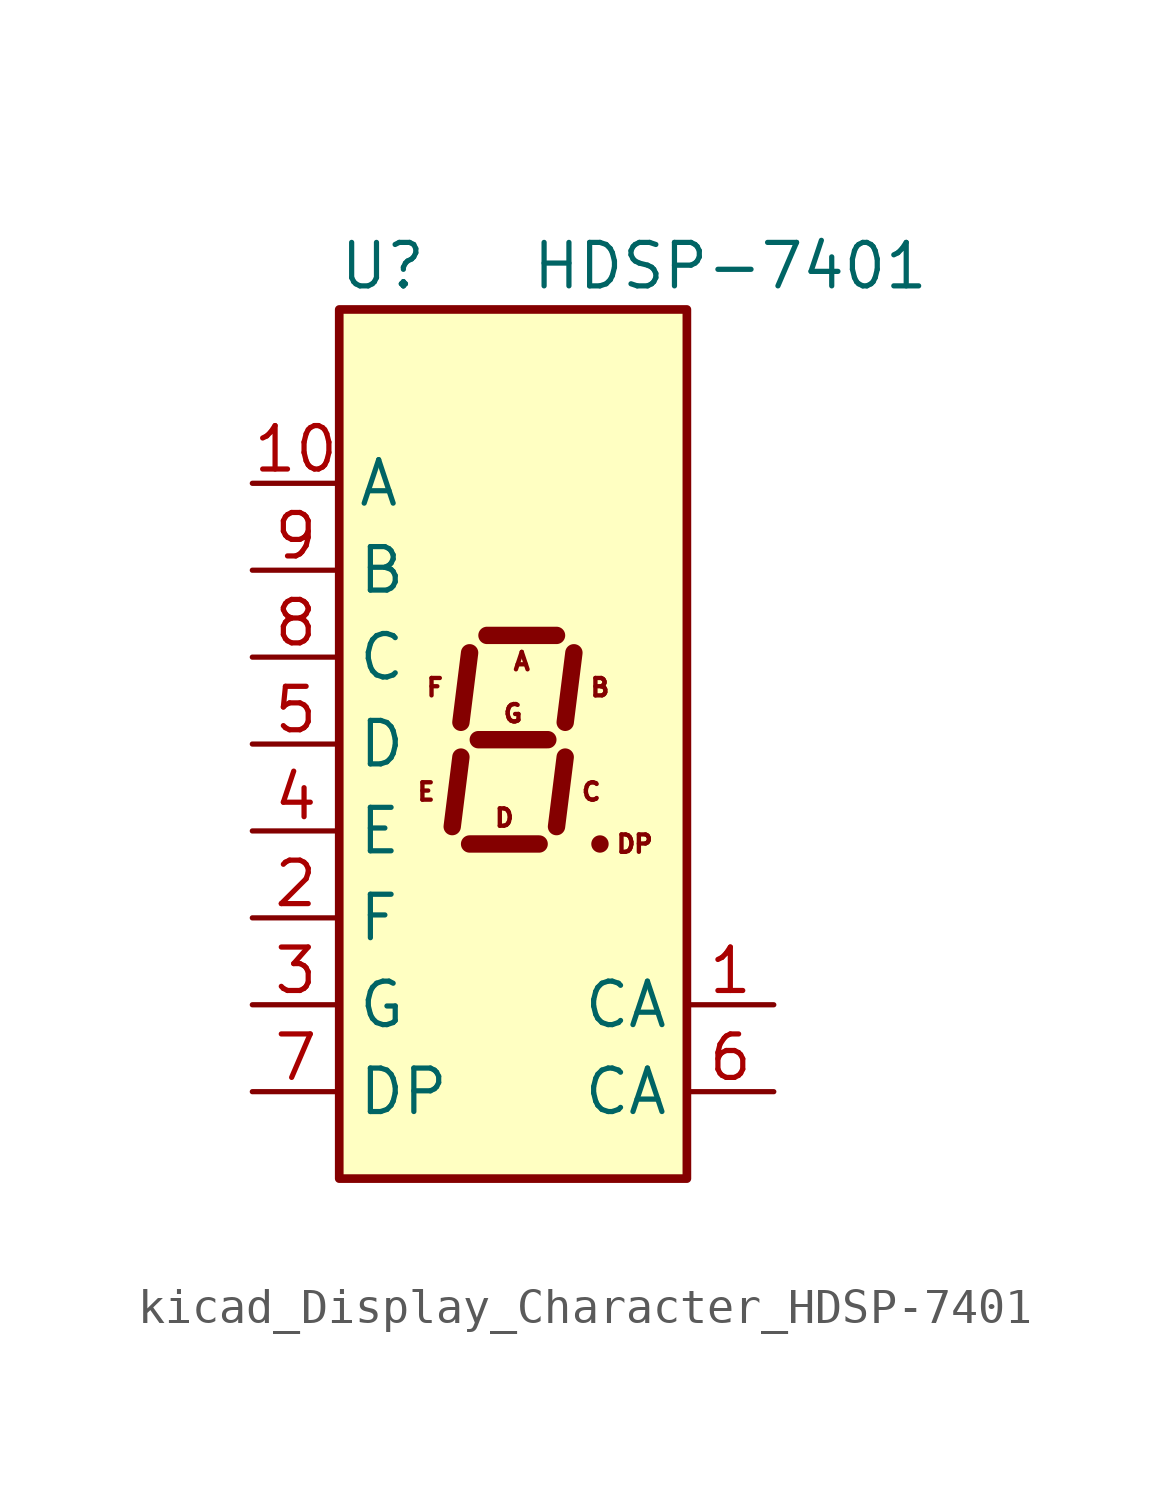
<source format=kicad_sym>
(kicad_symbol_lib
  (version 20220914)
  (generator kicad_symbol_editor)
  (symbol "kicad_Display_Character_HDSP-7401"
    (property "Reference" "U"
      (at -3.81 13.97 0)
      (effects (font (size 1.27 1.27))))
    (property "Value" "HDSP-7401"
      (at 6.35 13.97 0)
      (effects (font (size 1.27 1.27))))
    (symbol "kicad_Display_Character_HDSP-7401_1_0"
      (text "A" (at 0.254 2.413 0) (effects (font (size 0.508 0.508))))
      (text "B" (at 2.54 1.651 0) (effects (font (size 0.508 0.508))))
      (text "C" (at 2.286 -1.397 0) (effects (font (size 0.508 0.508))))
      (text "D" (at -0.254 -2.159 0) (effects (font (size 0.508 0.508))))
      (text "DP" (at 3.556 -2.921 0) (effects (font (size 0.508 0.508))))
      (text "E" (at -2.54 -1.397 0) (effects (font (size 0.508 0.508))))
      (text "F" (at -2.286 1.651 0) (effects (font (size 0.508 0.508))))
      (text "G" (at 0 0.889 0) (effects (font (size 0.508 0.508)))))
    (symbol "kicad_Display_Character_HDSP-7401_1_1"
      (rectangle (start -5.08 12.7) (end 5.08 -12.7) (stroke (width 0.254) (type default)) (fill (type background)))
      (polyline (pts (xy -1.524 -0.381) (xy -1.778 -2.413)) (stroke (width 0.508) (type default)) (fill (type none)))
      (polyline (pts (xy -1.27 -2.921) (xy 0.762 -2.921)) (stroke (width 0.508) (type default)) (fill (type none)))
      (polyline (pts (xy -1.27 2.667) (xy -1.524 0.635)) (stroke (width 0.508) (type default)) (fill (type none)))
      (polyline (pts (xy -1.016 0.127) (xy 1.016 0.127)) (stroke (width 0.508) (type default)) (fill (type none)))
      (polyline (pts (xy -0.762 3.175) (xy 1.27 3.175)) (stroke (width 0.508) (type default)) (fill (type none)))
      (polyline (pts (xy 1.524 -0.381) (xy 1.27 -2.413)) (stroke (width 0.508) (type default)) (fill (type none)))
      (polyline (pts (xy 1.778 2.667) (xy 1.524 0.635)) (stroke (width 0.508) (type default)) (fill (type none)))
      (polyline (pts (xy 2.54 -2.921) (xy 2.54 -2.921)) (stroke (width 0.508) (type default)) (fill (type none)))
      (pin input line (at 7.62 -7.62 180) (length 2.54) (name "CA" (effects (font (size 1.27 1.27)))) (number "1" (effects (font (size 1.27 1.27)))))
      (pin input line (at -7.62 7.62 0) (length 2.54) (name "A" (effects (font (size 1.27 1.27)))) (number "10" (effects (font (size 1.27 1.27)))))
      (pin input line (at -7.62 -5.08 0) (length 2.54) (name "F" (effects (font (size 1.27 1.27)))) (number "2" (effects (font (size 1.27 1.27)))))
      (pin input line (at -7.62 -7.62 0) (length 2.54) (name "G" (effects (font (size 1.27 1.27)))) (number "3" (effects (font (size 1.27 1.27)))))
      (pin input line (at -7.62 -2.54 0) (length 2.54) (name "E" (effects (font (size 1.27 1.27)))) (number "4" (effects (font (size 1.27 1.27)))))
      (pin input line (at -7.62 0 0) (length 2.54) (name "D" (effects (font (size 1.27 1.27)))) (number "5" (effects (font (size 1.27 1.27)))))
      (pin input line (at 7.62 -10.16 180) (length 2.54) (name "CA" (effects (font (size 1.27 1.27)))) (number "6" (effects (font (size 1.27 1.27)))))
      (pin input line (at -7.62 -10.16 0) (length 2.54) (name "DP" (effects (font (size 1.27 1.27)))) (number "7" (effects (font (size 1.27 1.27)))))
      (pin input line (at -7.62 2.54 0) (length 2.54) (name "C" (effects (font (size 1.27 1.27)))) (number "8" (effects (font (size 1.27 1.27)))))
      (pin input line (at -7.62 5.08 0) (length 2.54) (name "B" (effects (font (size 1.27 1.27)))) (number "9" (effects (font (size 1.27 1.27))))))))
</source>
